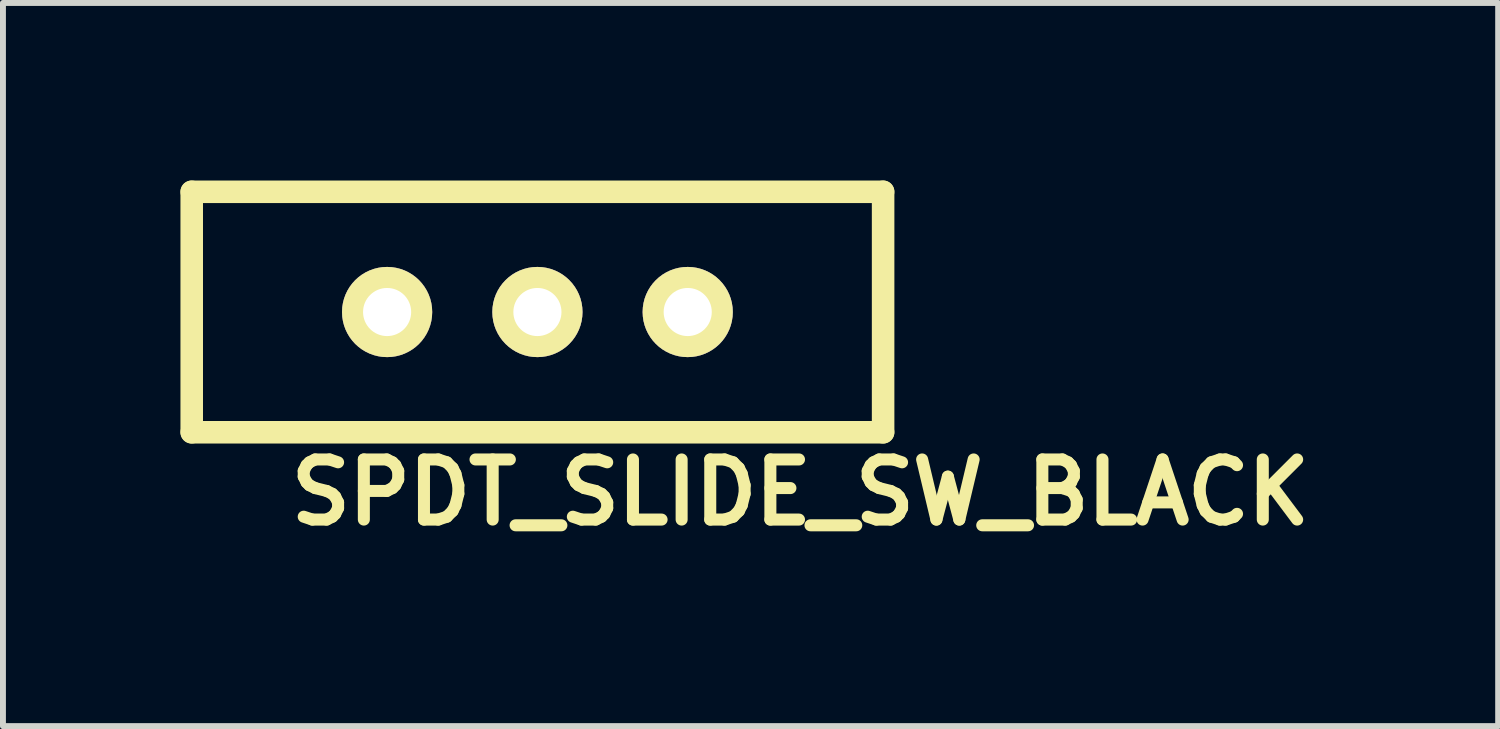
<source format=kicad_pcb>
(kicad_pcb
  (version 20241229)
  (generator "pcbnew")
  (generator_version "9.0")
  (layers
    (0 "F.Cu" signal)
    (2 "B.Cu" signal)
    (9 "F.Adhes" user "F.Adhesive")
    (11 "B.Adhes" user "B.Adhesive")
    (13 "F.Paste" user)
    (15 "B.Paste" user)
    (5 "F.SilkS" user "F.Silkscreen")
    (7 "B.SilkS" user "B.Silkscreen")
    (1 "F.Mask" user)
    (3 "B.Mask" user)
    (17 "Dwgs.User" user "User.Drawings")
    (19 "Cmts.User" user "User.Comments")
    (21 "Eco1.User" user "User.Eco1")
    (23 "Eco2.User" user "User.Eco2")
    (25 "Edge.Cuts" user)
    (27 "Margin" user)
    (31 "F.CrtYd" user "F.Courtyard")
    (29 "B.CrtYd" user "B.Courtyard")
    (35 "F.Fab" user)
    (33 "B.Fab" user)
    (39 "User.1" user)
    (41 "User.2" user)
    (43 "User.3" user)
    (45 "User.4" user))
  (footprint "SPDT_SLIDE_SW_BLACK"
    (layer "F.Cu")
    (at 6.032 2.223)
    (property "Reference" "SPDT_SLIDE_SW_BLACK" (at 4.445 3.048 0) (layer "F.SilkS") (effects (font (size 1.016 1.016) (thickness 0.203))))
    (attr through_hole)
    (fp_line (start -5.842 -2.032) (end 5.842 -2.032) (stroke (width 0.381) (type solid)) (layer "F.SilkS"))
    (fp_line (start -5.842 2.032) (end -5.842 -2.032) (stroke (width 0.381) (type solid)) (layer "F.SilkS"))
    (fp_line (start 5.842 -2.032) (end 5.842 2.032) (stroke (width 0.381) (type solid)) (layer "F.SilkS"))
    (fp_line (start 5.842 2.032) (end -5.842 2.032) (stroke (width 0.381) (type solid)) (layer "F.SilkS"))
    (pad "1" thru_hole circle (at -2.54 0) (size 1.524 1.524) (drill 0.813) (layers "*.Cu" "*.Mask" "F.SilkS"))
    (pad "2" thru_hole circle (at 0 0) (size 1.524 1.524) (drill 0.813) (layers "*.Cu" "*.Mask" "F.SilkS"))
    (pad "3" thru_hole circle (at 2.54 0) (size 1.524 1.524) (drill 0.813) (layers "*.Cu" "*.Mask" "F.SilkS")))
  (gr_rect
    (start -3 -3)
    (end 22.268 9.221)
    (stroke (width 0.1) (type default))
    (fill no)
    (layer "Edge.Cuts")))
</source>
